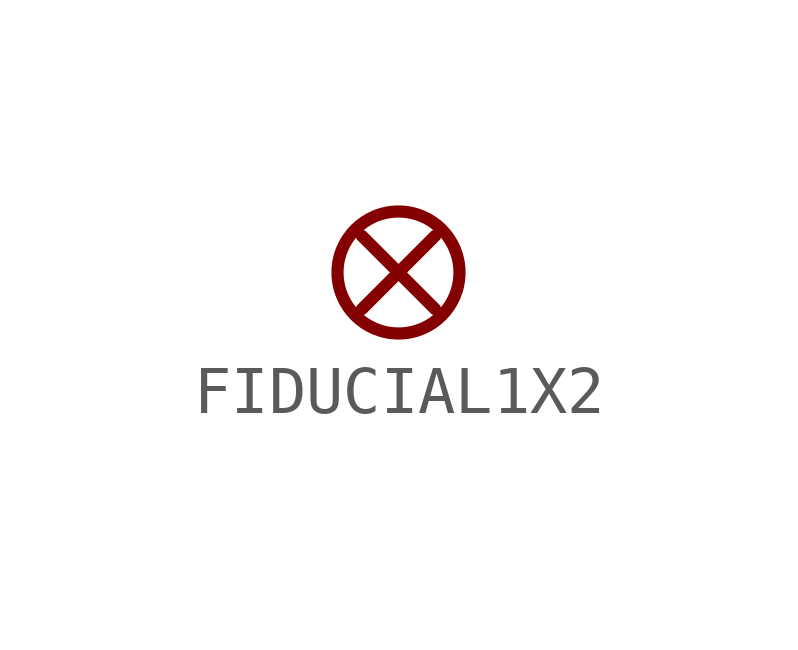
<source format=kicad_sym>
(kicad_symbol_lib
  (version 20220914)
  (generator kicad_symbol_editor)
  (symbol "FIDUCIAL1X2"
    (property "Reference" "FID"
      (at 0 0 0)
      (effects (font (size 1.27 1.27)) hide))
    (property "ki_locked" ""
      (at 0 0 0)
      (effects (font (size 1.27 1.27))))
    (symbol "FIDUCIAL1X2_1_0"
      (polyline (pts (xy -0.762 0.762) (xy 0.762 -0.762)) (stroke (width 0.254) (type solid)) (fill (type none)))
      (polyline (pts (xy 0.762 0.762) (xy -0.762 -0.762)) (stroke (width 0.254) (type solid)) (fill (type none)))
      (circle (center 0 0) (radius 1.27) (stroke (width 0.254) (type solid)) (fill (type none))))))
</source>
